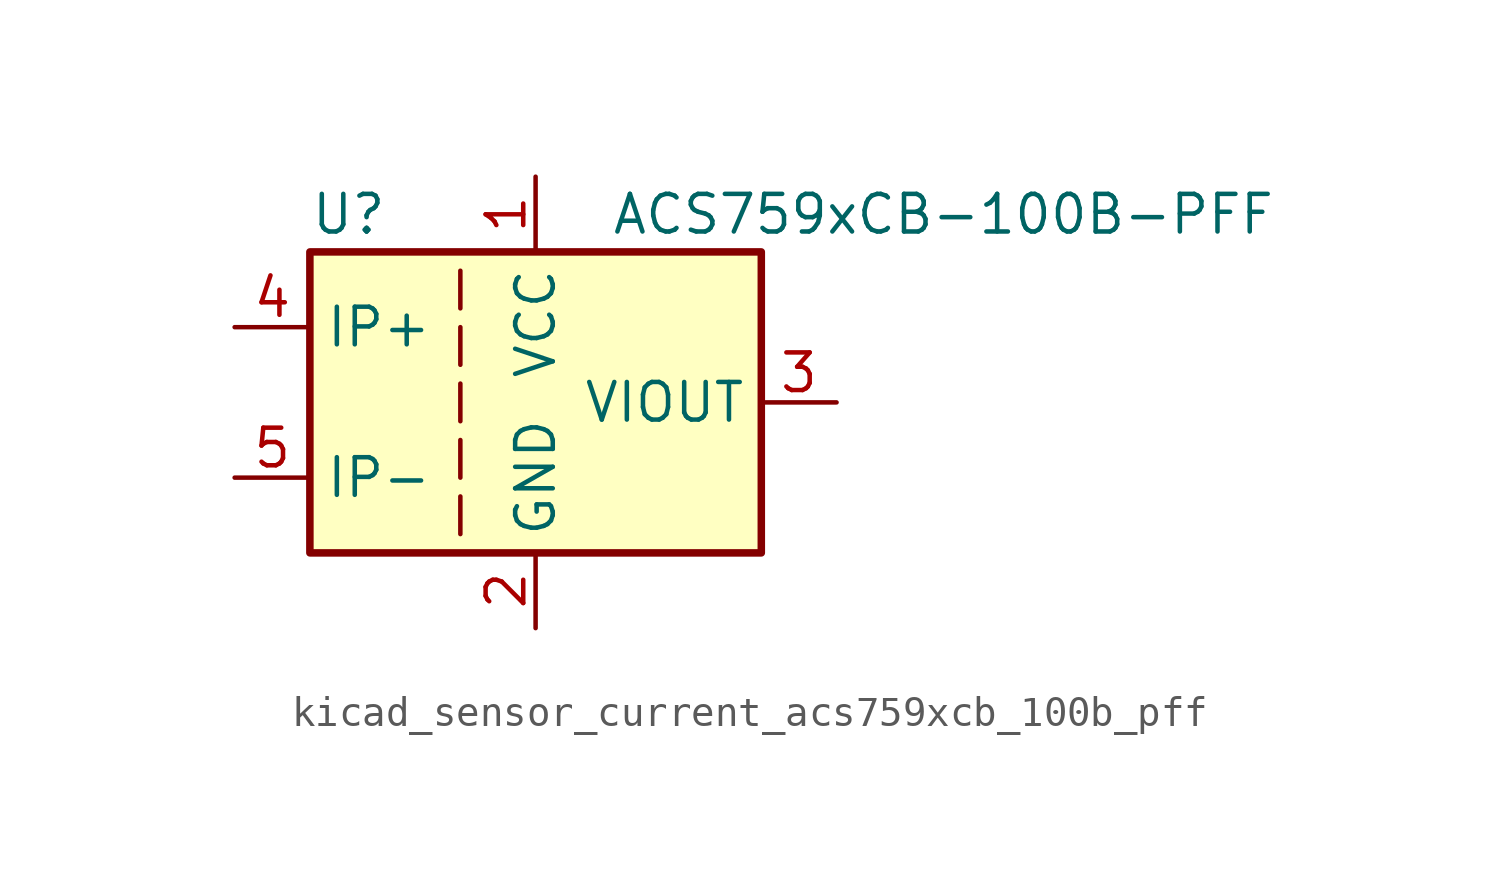
<source format=kicad_sym>
(kicad_symbol_lib
  (version 20220914)
  (generator kicad_symbol_editor)
  (symbol "kicad_sensor_current_acs759xcb_100b_pff"
    (property "Reference" "U"
      (at -7.62 6.35 0)
      (effects (font (size 1.27 1.27)) (justify left)))
    (property "Value" "ACS759xCB-100B-PFF"
      (at 2.54 6.35 0)
      (effects (font (size 1.27 1.27)) (justify left)))
    (symbol "kicad_sensor_current_acs759xcb_100b_pff_0_1"
      (rectangle (start -7.62 5.08) (end 7.62 -5.08) (stroke (width 0.254) (type default)) (fill (type background)))
      (polyline (pts (xy -2.54 -3.175) (xy -2.54 -4.445)) (stroke (width 0) (type default)) (fill (type none)))
      (polyline (pts (xy -2.54 -1.27) (xy -2.54 -2.54)) (stroke (width 0) (type default)) (fill (type none)))
      (polyline (pts (xy -2.54 0.635) (xy -2.54 -0.635)) (stroke (width 0) (type default)) (fill (type none)))
      (polyline (pts (xy -2.54 1.27) (xy -2.54 2.54)) (stroke (width 0) (type default)) (fill (type none)))
      (polyline (pts (xy -2.54 3.175) (xy -2.54 4.445)) (stroke (width 0) (type default)) (fill (type none))))
    (symbol "kicad_sensor_current_acs759xcb_100b_pff_1_1"
      (pin power_in line (at 0 7.62 270) (length 2.54) (name "VCC" (effects (font (size 1.27 1.27)))) (number "1" (effects (font (size 1.27 1.27)))))
      (pin power_in line (at 0 -7.62 90) (length 2.54) (name "GND" (effects (font (size 1.27 1.27)))) (number "2" (effects (font (size 1.27 1.27)))))
      (pin output line (at 10.16 0 180) (length 2.54) (name "VIOUT" (effects (font (size 1.27 1.27)))) (number "3" (effects (font (size 1.27 1.27)))))
      (pin passive line (at -10.16 2.54 0) (length 2.54) (name "IP+" (effects (font (size 1.27 1.27)))) (number "4" (effects (font (size 1.27 1.27)))))
      (pin passive line (at -10.16 -2.54 0) (length 2.54) (name "IP-" (effects (font (size 1.27 1.27)))) (number "5" (effects (font (size 1.27 1.27))))))))
</source>
